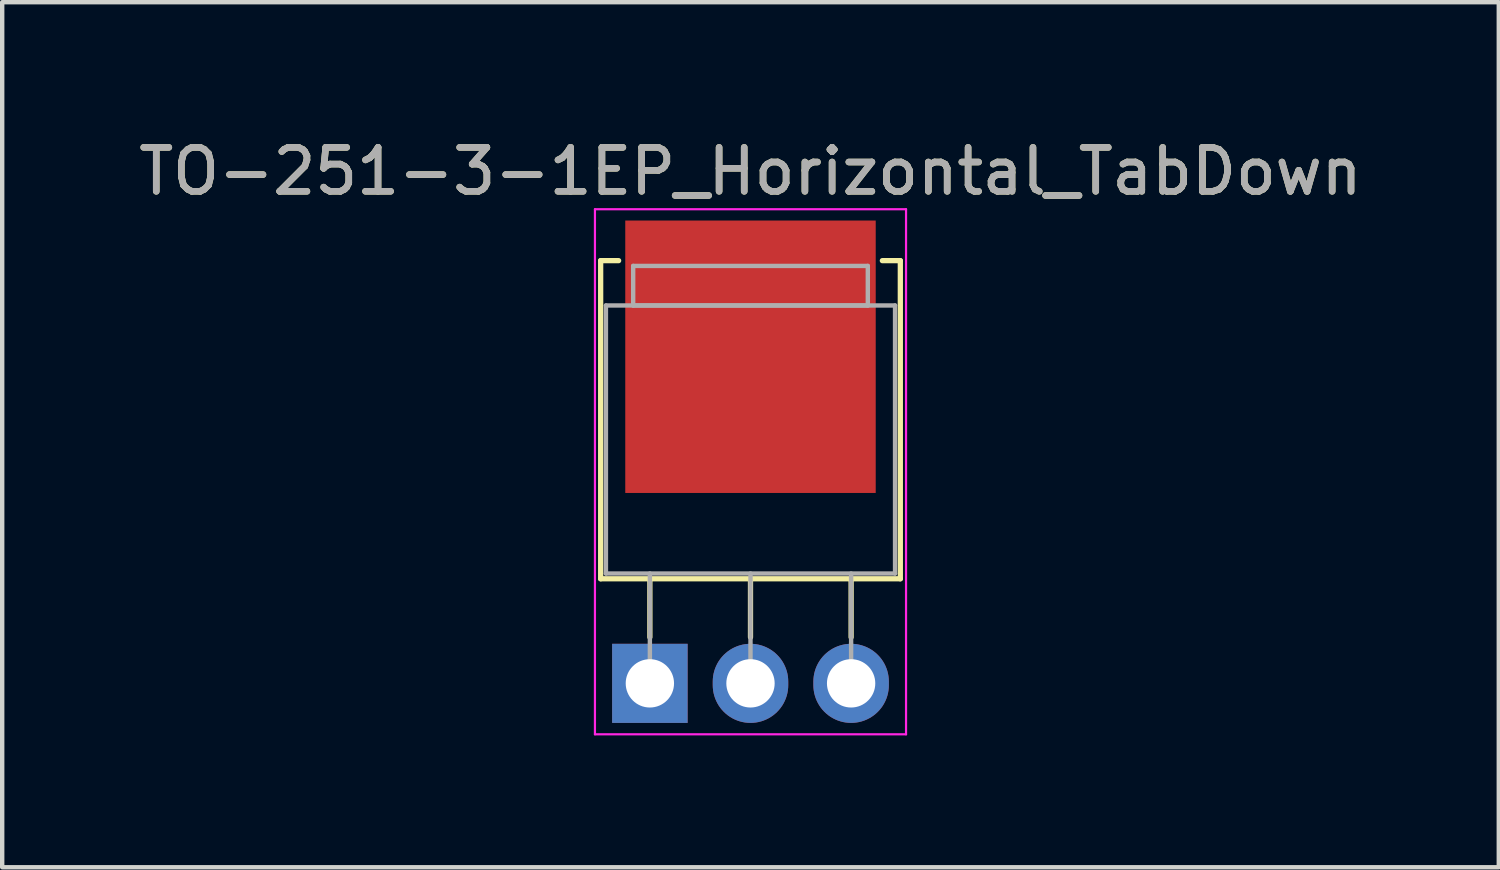
<source format=kicad_pcb>
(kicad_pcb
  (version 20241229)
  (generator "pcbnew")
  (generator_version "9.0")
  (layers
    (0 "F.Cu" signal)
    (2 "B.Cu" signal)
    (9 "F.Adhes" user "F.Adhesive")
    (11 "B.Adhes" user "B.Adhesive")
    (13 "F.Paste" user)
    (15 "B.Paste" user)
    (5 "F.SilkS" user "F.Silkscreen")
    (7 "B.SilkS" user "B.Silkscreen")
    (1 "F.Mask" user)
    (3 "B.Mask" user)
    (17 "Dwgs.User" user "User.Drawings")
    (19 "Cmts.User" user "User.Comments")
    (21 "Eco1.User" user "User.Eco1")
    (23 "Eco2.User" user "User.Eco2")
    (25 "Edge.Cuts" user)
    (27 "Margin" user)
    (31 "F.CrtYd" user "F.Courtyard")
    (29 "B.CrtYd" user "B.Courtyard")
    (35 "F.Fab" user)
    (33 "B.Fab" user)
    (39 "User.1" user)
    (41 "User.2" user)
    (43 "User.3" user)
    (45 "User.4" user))
  (footprint "TO-251-3-1EP_Horizontal_TabDown"
    (layer "F.Cu")
    (at 11.74 12.502)
    (property "Reference" "TO-251-3-1EP_Horizontal_TabDown" (at 2.29 -11.653 0) (layer "F.SilkS") (effects (font (size 1 1) (thickness 0.15))))
    (attr through_hole)
    (fp_line (start -1.12 -9.62) (end -1.12 -2.38) (stroke (width 0.12) (type solid)) (layer "F.SilkS"))
    (fp_line (start -1.12 -9.62) (end -0.711 -9.62) (stroke (width 0.12) (type solid)) (layer "F.SilkS"))
    (fp_line (start -1.12 -2.38) (end 5.7 -2.38) (stroke (width 0.12) (type solid)) (layer "F.SilkS"))
    (fp_line (start 0 -2.38) (end 0 -1.05) (stroke (width 0.12) (type solid)) (layer "F.SilkS"))
    (fp_line (start 2.29 -2.38) (end 2.29 -1.05) (stroke (width 0.12) (type solid)) (layer "F.SilkS"))
    (fp_line (start 4.58 -2.38) (end 4.58 -1.05) (stroke (width 0.12) (type solid)) (layer "F.SilkS"))
    (fp_line (start 5.291 -9.62) (end 5.7 -9.62) (stroke (width 0.12) (type solid)) (layer "F.SilkS"))
    (fp_line (start 5.7 -9.62) (end 5.7 -2.38) (stroke (width 0.12) (type solid)) (layer "F.SilkS"))
    (fp_line (start -1.25 -10.79) (end -1.25 1.16) (stroke (width 0.05) (type solid)) (layer "F.CrtYd"))
    (fp_line (start -1.25 1.16) (end 5.83 1.16) (stroke (width 0.05) (type solid)) (layer "F.CrtYd"))
    (fp_line (start 5.83 -10.79) (end -1.25 -10.79) (stroke (width 0.05) (type solid)) (layer "F.CrtYd"))
    (fp_line (start 5.83 1.16) (end 5.83 -10.79) (stroke (width 0.05) (type solid)) (layer "F.CrtYd"))
    (fp_line (start -1 -8.6) (end 5.58 -8.6) (stroke (width 0.1) (type solid)) (layer "F.Fab"))
    (fp_line (start -1 -2.5) (end -1 -8.6) (stroke (width 0.1) (type solid)) (layer "F.Fab"))
    (fp_line (start -0.38 -9.5) (end 4.96 -9.5) (stroke (width 0.1) (type solid)) (layer "F.Fab"))
    (fp_line (start -0.38 -8.6) (end -0.38 -9.5) (stroke (width 0.1) (type solid)) (layer "F.Fab"))
    (fp_line (start 0 -2.5) (end 0 0) (stroke (width 0.1) (type solid)) (layer "F.Fab"))
    (fp_line (start 2.29 -2.5) (end 2.29 0) (stroke (width 0.1) (type solid)) (layer "F.Fab"))
    (fp_line (start 4.58 -2.5) (end 4.58 0) (stroke (width 0.1) (type solid)) (layer "F.Fab"))
    (fp_line (start 4.96 -9.5) (end 4.96 -8.6) (stroke (width 0.1) (type solid)) (layer "F.Fab"))
    (fp_line (start 4.96 -8.6) (end -0.38 -8.6) (stroke (width 0.1) (type solid)) (layer "F.Fab"))
    (fp_line (start 5.58 -8.6) (end 5.58 -2.5) (stroke (width 0.1) (type solid)) (layer "F.Fab"))
    (fp_line (start 5.58 -2.5) (end -1 -2.5) (stroke (width 0.1) (type solid)) (layer "F.Fab"))
    (fp_text user "${REFERENCE}" (at 2.29 -11.653 0) (layer "F.Fab") (effects (font (size 1 1) (thickness 0.15))))
    (pad "1" thru_hole rect (at 0 0) (size 1.718 1.8) (drill 1.1) (layers "*.Cu" "*.Mask"))
    (pad "2" smd rect (at 2.29 -7.433) (size 5.7 6.2) (layers "F.Cu" "F.Mask" "F.Paste"))
    (pad "2" thru_hole oval (at 2.29 0) (size 1.718 1.8) (drill 1.1) (layers "*.Cu" "*.Mask"))
    (pad "3" thru_hole oval (at 4.58 0) (size 1.718 1.8) (drill 1.1) (layers "*.Cu" "*.Mask")))
  (gr_rect
    (start -3 -3)
    (end 31.06 16.687)
    (stroke (width 0.1) (type default))
    (fill no)
    (layer "Edge.Cuts")))
</source>
